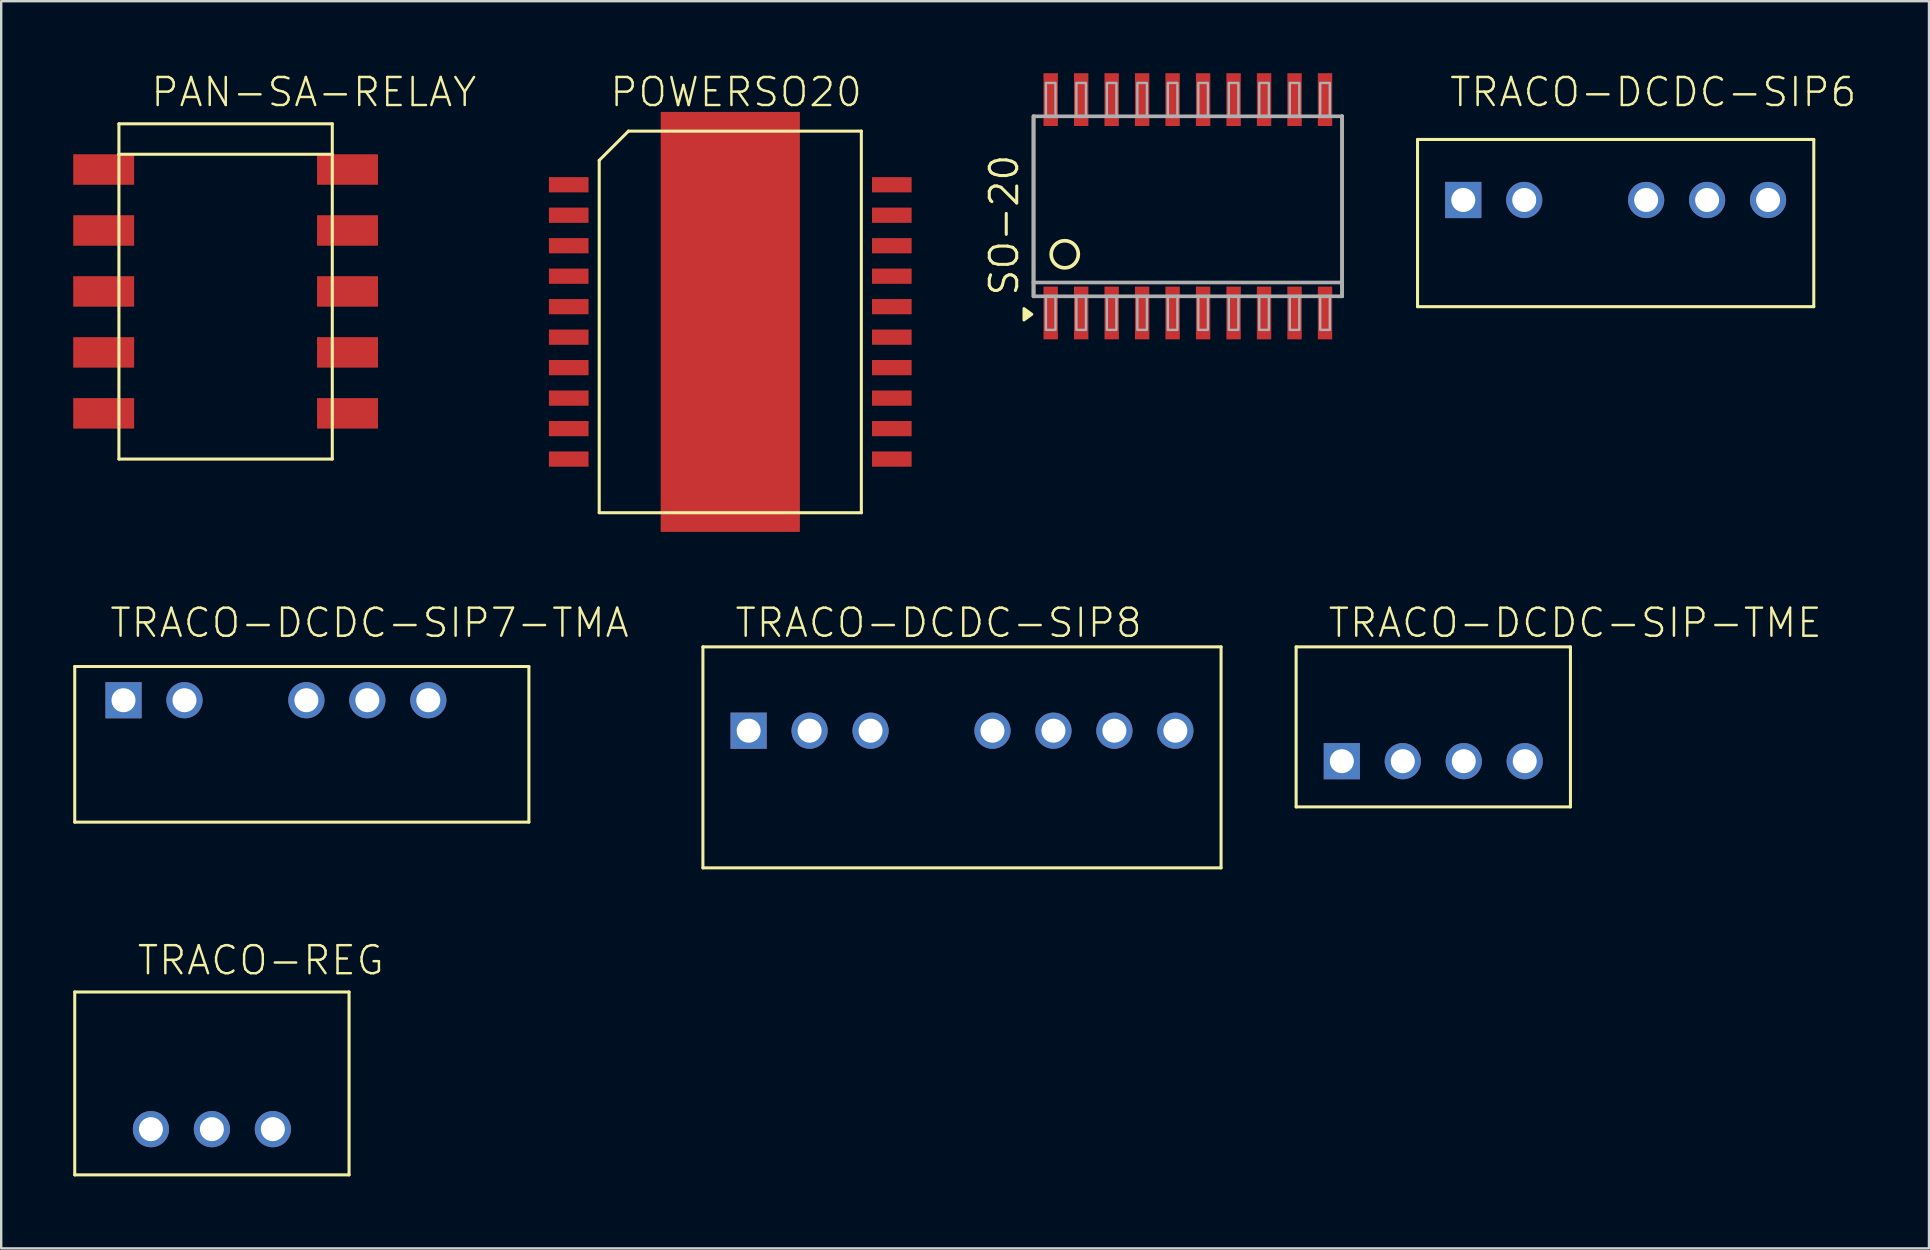
<source format=kicad_pcb>
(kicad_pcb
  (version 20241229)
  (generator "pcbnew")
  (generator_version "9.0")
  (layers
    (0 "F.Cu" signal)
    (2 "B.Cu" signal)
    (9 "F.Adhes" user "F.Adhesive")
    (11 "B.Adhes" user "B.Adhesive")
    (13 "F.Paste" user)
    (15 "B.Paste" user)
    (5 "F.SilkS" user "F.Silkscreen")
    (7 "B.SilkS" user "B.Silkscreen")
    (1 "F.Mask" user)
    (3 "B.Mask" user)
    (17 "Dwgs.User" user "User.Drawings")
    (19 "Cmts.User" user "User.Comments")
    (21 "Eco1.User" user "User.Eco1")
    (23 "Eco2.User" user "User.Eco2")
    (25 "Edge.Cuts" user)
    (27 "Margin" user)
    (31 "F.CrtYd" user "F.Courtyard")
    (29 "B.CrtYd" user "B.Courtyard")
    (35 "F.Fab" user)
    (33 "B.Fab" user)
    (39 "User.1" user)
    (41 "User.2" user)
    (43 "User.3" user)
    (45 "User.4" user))
  (footprint "TRACO-DCDC-SIP-TME"
    (layer "F.Cu")
    (at 61.75 27.396)
    (property "Reference" "TRACO-DCDC-SIP-TME" (at -9.525 -3.81 0) (layer "F.SilkS") (effects (font (size 1.168 1.168) (thickness 0.102)) (justify left bottom)))
    (fp_line (start -10.795 -3.493) (end -10.795 3.175) (stroke (width 0.127) (type solid)) (layer "F.SilkS"))
    (fp_line (start -10.795 3.175) (end 0.635 3.175) (stroke (width 0.127) (type solid)) (layer "F.SilkS"))
    (fp_line (start 0.635 -3.493) (end -10.795 -3.493) (stroke (width 0.127) (type solid)) (layer "F.SilkS"))
    (fp_line (start 0.635 3.175) (end 0.635 -3.493) (stroke (width 0.127) (type solid)) (layer "F.SilkS"))
    (pad "P$1" thru_hole rect (at -8.89 1.27) (size 1.508 1.508) (drill 1) (layers "*.Cu" "*.Mask"))
    (pad "P$2" thru_hole circle (at -6.35 1.27) (size 1.508 1.508) (drill 1) (layers "*.Cu" "*.Mask"))
    (pad "P$3" thru_hole circle (at -3.81 1.27) (size 1.508 1.508) (drill 1) (layers "*.Cu" "*.Mask"))
    (pad "P$4" thru_hole circle (at -1.27 1.27) (size 1.508 1.508) (drill 1) (layers "*.Cu" "*.Mask")))
  (footprint "POWERSO20"
    (layer "F.Cu")
    (at 27.378 10.363)
    (property "Reference" "POWERSO20" (at -5.08 -8.89 0) (layer "F.SilkS") (effects (font (size 1.168 1.168) (thickness 0.102)) (justify left bottom)))
    (fp_line (start -5.461 -6.731) (end -5.461 7.95) (stroke (width 0.127) (type solid)) (layer "F.SilkS"))
    (fp_line (start -5.461 -6.731) (end -4.242 -7.95) (stroke (width 0.127) (type solid)) (layer "F.SilkS"))
    (fp_line (start -5.461 7.95) (end 5.461 7.95) (stroke (width 0.127) (type solid)) (layer "F.SilkS"))
    (fp_line (start 5.461 -7.95) (end -4.242 -7.95) (stroke (width 0.127) (type solid)) (layer "F.SilkS"))
    (fp_line (start 5.461 -7.95) (end 5.461 7.95) (stroke (width 0.127) (type solid)) (layer "F.SilkS"))
    (pad "1" smd rect (at -6.731 -5.715) (size 1.651 0.635) (layers "F.Cu" "F.Mask" "F.Paste"))
    (pad "2" smd rect (at -6.731 -4.445) (size 1.651 0.635) (layers "F.Cu" "F.Mask" "F.Paste"))
    (pad "3" smd rect (at -6.731 -3.175) (size 1.651 0.635) (layers "F.Cu" "F.Mask" "F.Paste"))
    (pad "4" smd rect (at -6.731 -1.905) (size 1.651 0.635) (layers "F.Cu" "F.Mask" "F.Paste"))
    (pad "5" smd rect (at -6.731 -0.635) (size 1.651 0.635) (layers "F.Cu" "F.Mask" "F.Paste"))
    (pad "6" smd rect (at -6.731 0.635) (size 1.651 0.635) (layers "F.Cu" "F.Mask" "F.Paste"))
    (pad "7" smd rect (at -6.731 1.905) (size 1.651 0.635) (layers "F.Cu" "F.Mask" "F.Paste"))
    (pad "8" smd rect (at -6.731 3.175) (size 1.651 0.635) (layers "F.Cu" "F.Mask" "F.Paste"))
    (pad "9" smd rect (at -6.731 4.445) (size 1.651 0.635) (layers "F.Cu" "F.Mask" "F.Paste"))
    (pad "10" smd rect (at -6.731 5.715) (size 1.651 0.635) (layers "F.Cu" "F.Mask" "F.Paste"))
    (pad "11" smd rect (at 6.731 5.715) (size 1.651 0.635) (layers "F.Cu" "F.Mask" "F.Paste"))
    (pad "12" smd rect (at 6.731 4.445) (size 1.651 0.635) (layers "F.Cu" "F.Mask" "F.Paste"))
    (pad "13" smd rect (at 6.731 3.175) (size 1.651 0.635) (layers "F.Cu" "F.Mask" "F.Paste"))
    (pad "14" smd rect (at 6.731 1.905) (size 1.651 0.635) (layers "F.Cu" "F.Mask" "F.Paste"))
    (pad "15" smd rect (at 6.731 0.635) (size 1.651 0.635) (layers "F.Cu" "F.Mask" "F.Paste"))
    (pad "16" smd rect (at 6.731 -0.635) (size 1.651 0.635) (layers "F.Cu" "F.Mask" "F.Paste"))
    (pad "17" smd rect (at 6.731 -1.905) (size 1.651 0.635) (layers "F.Cu" "F.Mask" "F.Paste"))
    (pad "18" smd rect (at 6.731 -3.175) (size 1.651 0.635) (layers "F.Cu" "F.Mask" "F.Paste"))
    (pad "19" smd rect (at 6.731 -4.445) (size 1.651 0.635) (layers "F.Cu" "F.Mask" "F.Paste"))
    (pad "20" smd rect (at 6.731 -5.715) (size 1.651 0.635) (layers "F.Cu" "F.Mask" "F.Paste"))
    (pad "P$1" smd rect (at 0 0) (size 5.8 17.5) (layers "F.Cu" "F.Mask" "F.Paste")))
  (footprint "TRACO-REG"
    (layer "F.Cu")
    (at 5.779 43.998)
    (property "Reference" "TRACO-REG" (at -3.175 -6.35 0) (layer "F.SilkS") (effects (font (size 1.168 1.168) (thickness 0.102)) (justify left bottom)))
    (fp_line (start -5.715 -5.715) (end -5.715 1.905) (stroke (width 0.127) (type solid)) (layer "F.SilkS"))
    (fp_line (start -5.715 1.905) (end 5.715 1.905) (stroke (width 0.127) (type solid)) (layer "F.SilkS"))
    (fp_line (start 5.715 -5.715) (end -5.715 -5.715) (stroke (width 0.127) (type solid)) (layer "F.SilkS"))
    (fp_line (start 5.715 1.905) (end 5.715 -5.715) (stroke (width 0.127) (type solid)) (layer "F.SilkS"))
    (pad "P$1" thru_hole circle (at -2.54 0) (size 1.508 1.508) (drill 1) (layers "*.Cu" "*.Mask"))
    (pad "P$2" thru_hole circle (at 0 0) (size 1.508 1.508) (drill 1) (layers "*.Cu" "*.Mask"))
    (pad "P$3" thru_hole circle (at 2.54 0) (size 1.508 1.508) (drill 1) (layers "*.Cu" "*.Mask")))
  (footprint "PAN-SA-RELAY"
    (layer "F.Cu")
    (at 6.35 9.093)
    (property "Reference" "PAN-SA-RELAY" (at -3.175 -7.62 0) (layer "F.SilkS") (effects (font (size 1.168 1.168) (thickness 0.102)) (justify left bottom)))
    (fp_line (start -4.445 -6.985) (end -4.445 -5.715) (stroke (width 0.127) (type solid)) (layer "F.SilkS"))
    (fp_line (start -4.445 -5.715) (end -4.445 6.985) (stroke (width 0.127) (type solid)) (layer "F.SilkS"))
    (fp_line (start -4.445 -5.715) (end 4.445 -5.715) (stroke (width 0.127) (type solid)) (layer "F.SilkS"))
    (fp_line (start -4.445 6.985) (end 4.445 6.985) (stroke (width 0.127) (type solid)) (layer "F.SilkS"))
    (fp_line (start 4.445 -6.985) (end -4.445 -6.985) (stroke (width 0.127) (type solid)) (layer "F.SilkS"))
    (fp_line (start 4.445 -5.715) (end 4.445 -6.985) (stroke (width 0.127) (type solid)) (layer "F.SilkS"))
    (fp_line (start 4.445 6.985) (end 4.445 -5.715) (stroke (width 0.127) (type solid)) (layer "F.SilkS"))
    (pad "1" smd rect (at -5.08 -5.08) (size 2.54 1.27) (layers "F.Cu" "F.Mask" "F.Paste"))
    (pad "2" smd rect (at -5.08 -2.54) (size 2.54 1.27) (layers "F.Cu" "F.Mask" "F.Paste"))
    (pad "3" smd rect (at -5.08 0) (size 2.54 1.27) (layers "F.Cu" "F.Mask" "F.Paste"))
    (pad "4" smd rect (at -5.08 2.54) (size 2.54 1.27) (layers "F.Cu" "F.Mask" "F.Paste"))
    (pad "5" smd rect (at -5.08 5.08) (size 2.54 1.27) (layers "F.Cu" "F.Mask" "F.Paste"))
    (pad "6" smd rect (at 5.08 5.08) (size 2.54 1.27) (layers "F.Cu" "F.Mask" "F.Paste"))
    (pad "7" smd rect (at 5.08 2.54) (size 2.54 1.27) (layers "F.Cu" "F.Mask" "F.Paste"))
    (pad "8" smd rect (at 5.08 0) (size 2.54 1.27) (layers "F.Cu" "F.Mask" "F.Paste"))
    (pad "9" smd rect (at 5.08 -2.54) (size 2.54 1.27) (layers "F.Cu" "F.Mask" "F.Paste"))
    (pad "10" smd rect (at 5.08 -5.08) (size 2.54 1.27) (layers "F.Cu" "F.Mask" "F.Paste")))
  (footprint "SO-20"
    (layer "F.Cu")
    (at 46.444 5.545)
    (property "Reference" "SO-20" (at -6.985 3.81 90) (layer "F.SilkS") (effects (font (size 1.143 1.143) (thickness 0.127)) (justify left bottom)))
    (fp_line (start -6.43 -3.75) (end -6.43 3.75) (stroke (width 0.152) (type solid)) (layer "F.SilkS"))
    (fp_line (start 6.43 -3.75) (end 6.43 3.75) (stroke (width 0.152) (type solid)) (layer "F.SilkS"))
    (fp_circle (center -5.13 2) (end -4.564 2) (stroke (width 0.152) (type solid)) (fill no) (layer "F.SilkS"))
    (fp_poly (pts (xy -6.5 4.5) (xy -6.83 4.74) (xy -6.83 4.26) (xy -6.5 4.5)) (stroke (width 0.12) (type solid)) (fill yes) (layer "F.SilkS"))
    (fp_line (start -6.43 -3.75) (end -6.43 3.175) (stroke (width 0.152) (type solid)) (layer "F.Fab"))
    (fp_line (start -6.43 -3.75) (end 6.43 -3.75) (stroke (width 0.152) (type solid)) (layer "F.Fab"))
    (fp_line (start -6.43 3.175) (end -6.43 3.75) (stroke (width 0.152) (type solid)) (layer "F.Fab"))
    (fp_line (start -6.43 3.175) (end 6.43 3.175) (stroke (width 0.152) (type solid)) (layer "F.Fab"))
    (fp_line (start -6.43 3.75) (end 6.43 3.75) (stroke (width 0.152) (type solid)) (layer "F.Fab"))
    (fp_line (start 6.43 -3.75) (end 6.43 3.175) (stroke (width 0.152) (type solid)) (layer "F.Fab"))
    (fp_line (start 6.43 3.175) (end 6.43 3.75) (stroke (width 0.152) (type solid)) (layer "F.Fab"))
    (fp_poly (pts (xy -5.915 -3.74) (xy -5.515 -3.74) (xy -5.515 -5.14) (xy -5.915 -5.14)) (stroke (width 0.1) (type default)) (fill no) (layer "F.Fab"))
    (fp_poly (pts (xy -5.915 5.15) (xy -5.515 5.15) (xy -5.515 3.75) (xy -5.915 3.75)) (stroke (width 0.1) (type default)) (fill no) (layer "F.Fab"))
    (fp_poly (pts (xy -4.645 -3.74) (xy -4.245 -3.74) (xy -4.245 -5.14) (xy -4.645 -5.14)) (stroke (width 0.1) (type default)) (fill no) (layer "F.Fab"))
    (fp_poly (pts (xy -4.645 5.15) (xy -4.245 5.15) (xy -4.245 3.75) (xy -4.645 3.75)) (stroke (width 0.1) (type default)) (fill no) (layer "F.Fab"))
    (fp_poly (pts (xy -3.375 -3.74) (xy -2.975 -3.74) (xy -2.975 -5.14) (xy -3.375 -5.14)) (stroke (width 0.1) (type default)) (fill no) (layer "F.Fab"))
    (fp_poly (pts (xy -3.375 5.15) (xy -2.975 5.15) (xy -2.975 3.75) (xy -3.375 3.75)) (stroke (width 0.1) (type default)) (fill no) (layer "F.Fab"))
    (fp_poly (pts (xy -2.105 -3.74) (xy -1.705 -3.74) (xy -1.705 -5.14) (xy -2.105 -5.14)) (stroke (width 0.1) (type default)) (fill no) (layer "F.Fab"))
    (fp_poly (pts (xy -2.105 5.15) (xy -1.705 5.15) (xy -1.705 3.75) (xy -2.105 3.75)) (stroke (width 0.1) (type default)) (fill no) (layer "F.Fab"))
    (fp_poly (pts (xy -0.835 -3.74) (xy -0.435 -3.74) (xy -0.435 -5.14) (xy -0.835 -5.14)) (stroke (width 0.1) (type default)) (fill no) (layer "F.Fab"))
    (fp_poly (pts (xy -0.835 5.15) (xy -0.435 5.15) (xy -0.435 3.75) (xy -0.835 3.75)) (stroke (width 0.1) (type default)) (fill no) (layer "F.Fab"))
    (fp_poly (pts (xy 0.435 -3.74) (xy 0.835 -3.74) (xy 0.835 -5.14) (xy 0.435 -5.14)) (stroke (width 0.1) (type default)) (fill no) (layer "F.Fab"))
    (fp_poly (pts (xy 0.435 5.15) (xy 0.835 5.15) (xy 0.835 3.75) (xy 0.435 3.75)) (stroke (width 0.1) (type default)) (fill no) (layer "F.Fab"))
    (fp_poly (pts (xy 1.705 -3.74) (xy 2.105 -3.74) (xy 2.105 -5.14) (xy 1.705 -5.14)) (stroke (width 0.1) (type default)) (fill no) (layer "F.Fab"))
    (fp_poly (pts (xy 1.705 5.15) (xy 2.105 5.15) (xy 2.105 3.75) (xy 1.705 3.75)) (stroke (width 0.1) (type default)) (fill no) (layer "F.Fab"))
    (fp_poly (pts (xy 2.975 -3.74) (xy 3.375 -3.74) (xy 3.375 -5.14) (xy 2.975 -5.14)) (stroke (width 0.1) (type default)) (fill no) (layer "F.Fab"))
    (fp_poly (pts (xy 2.975 5.15) (xy 3.375 5.15) (xy 3.375 3.75) (xy 2.975 3.75)) (stroke (width 0.1) (type default)) (fill no) (layer "F.Fab"))
    (fp_poly (pts (xy 4.245 -3.74) (xy 4.645 -3.74) (xy 4.645 -5.14) (xy 4.245 -5.14)) (stroke (width 0.1) (type default)) (fill no) (layer "F.Fab"))
    (fp_poly (pts (xy 4.245 5.15) (xy 4.645 5.15) (xy 4.645 3.75) (xy 4.245 3.75)) (stroke (width 0.1) (type default)) (fill no) (layer "F.Fab"))
    (fp_poly (pts (xy 5.515 -3.74) (xy 5.915 -3.74) (xy 5.915 -5.14) (xy 5.515 -5.14)) (stroke (width 0.1) (type default)) (fill no) (layer "F.Fab"))
    (fp_poly (pts (xy 5.515 5.15) (xy 5.915 5.15) (xy 5.915 3.75) (xy 5.515 3.75)) (stroke (width 0.1) (type default)) (fill no) (layer "F.Fab"))
    (pad "1" smd rect (at -5.715 4.445 90) (size 2.2 0.6) (layers "F.Cu" "F.Mask" "F.Paste"))
    (pad "2" smd rect (at -4.445 4.445 90) (size 2.2 0.6) (layers "F.Cu" "F.Mask" "F.Paste"))
    (pad "3" smd rect (at -3.175 4.445 90) (size 2.2 0.6) (layers "F.Cu" "F.Mask" "F.Paste"))
    (pad "4" smd rect (at -1.905 4.445 90) (size 2.2 0.6) (layers "F.Cu" "F.Mask" "F.Paste"))
    (pad "5" smd rect (at -0.635 4.445 90) (size 2.2 0.6) (layers "F.Cu" "F.Mask" "F.Paste"))
    (pad "6" smd rect (at 0.635 4.445 90) (size 2.2 0.6) (layers "F.Cu" "F.Mask" "F.Paste"))
    (pad "7" smd rect (at 1.905 4.445 90) (size 2.2 0.6) (layers "F.Cu" "F.Mask" "F.Paste"))
    (pad "8" smd rect (at 3.175 4.445 90) (size 2.2 0.6) (layers "F.Cu" "F.Mask" "F.Paste"))
    (pad "9" smd rect (at 4.445 4.445 90) (size 2.2 0.6) (layers "F.Cu" "F.Mask" "F.Paste"))
    (pad "10" smd rect (at 5.715 4.445 90) (size 2.2 0.6) (layers "F.Cu" "F.Mask" "F.Paste"))
    (pad "11" smd rect (at 5.715 -4.445 270) (size 2.2 0.6) (layers "F.Cu" "F.Mask" "F.Paste"))
    (pad "12" smd rect (at 4.445 -4.445 270) (size 2.2 0.6) (layers "F.Cu" "F.Mask" "F.Paste"))
    (pad "13" smd rect (at 3.175 -4.445 90) (size 2.2 0.6) (layers "F.Cu" "F.Mask" "F.Paste"))
    (pad "14" smd rect (at 1.905 -4.445 90) (size 2.2 0.6) (layers "F.Cu" "F.Mask" "F.Paste"))
    (pad "15" smd rect (at 0.635 -4.445 90) (size 2.2 0.6) (layers "F.Cu" "F.Mask" "F.Paste"))
    (pad "16" smd rect (at -0.635 -4.445 90) (size 2.2 0.6) (layers "F.Cu" "F.Mask" "F.Paste"))
    (pad "17" smd rect (at -1.905 -4.445 90) (size 2.2 0.6) (layers "F.Cu" "F.Mask" "F.Paste"))
    (pad "18" smd rect (at -3.175 -4.445 90) (size 2.2 0.6) (layers "F.Cu" "F.Mask" "F.Paste"))
    (pad "19" smd rect (at -4.445 -4.445 90) (size 2.2 0.6) (layers "F.Cu" "F.Mask" "F.Paste"))
    (pad "20" smd rect (at -5.715 -4.445 90) (size 2.2 0.6) (layers "F.Cu" "F.Mask" "F.Paste")))
  (footprint "TRACO-DCDC-SIP8"
    (layer "F.Cu")
    (at 37.033 28.666)
    (property "Reference" "TRACO-DCDC-SIP8" (at -9.525 -5.08 0) (layer "F.SilkS") (effects (font (size 1.168 1.168) (thickness 0.102)) (justify left bottom)))
    (fp_line (start -10.795 -4.763) (end -10.795 4.445) (stroke (width 0.127) (type solid)) (layer "F.SilkS"))
    (fp_line (start -10.795 4.445) (end 10.795 4.445) (stroke (width 0.127) (type solid)) (layer "F.SilkS"))
    (fp_line (start 10.795 -4.763) (end -10.795 -4.763) (stroke (width 0.127) (type solid)) (layer "F.SilkS"))
    (fp_line (start 10.795 4.445) (end 10.795 -4.763) (stroke (width 0.127) (type solid)) (layer "F.SilkS"))
    (pad "P$1" thru_hole rect (at -8.89 -1.27) (size 1.508 1.508) (drill 1) (layers "*.Cu" "*.Mask"))
    (pad "P$2" thru_hole circle (at -6.35 -1.27) (size 1.508 1.508) (drill 1) (layers "*.Cu" "*.Mask"))
    (pad "P$3" thru_hole circle (at -3.81 -1.27) (size 1.508 1.508) (drill 1) (layers "*.Cu" "*.Mask"))
    (pad "P$4" thru_hole circle (at 1.27 -1.27) (size 1.508 1.508) (drill 1) (layers "*.Cu" "*.Mask"))
    (pad "P$5" thru_hole circle (at 3.81 -1.27) (size 1.508 1.508) (drill 1) (layers "*.Cu" "*.Mask"))
    (pad "P$6" thru_hole circle (at 6.35 -1.27) (size 1.508 1.508) (drill 1) (layers "*.Cu" "*.Mask"))
    (pad "P$7" thru_hole circle (at 8.89 -1.27) (size 1.508 1.508) (drill 1) (layers "*.Cu" "*.Mask")))
  (footprint "TRACO-DCDC-SIP7-TMA"
    (layer "F.Cu")
    (at 10.986 27.396)
    (property "Reference" "TRACO-DCDC-SIP7-TMA" (at -9.525 -3.81 0) (layer "F.SilkS") (effects (font (size 1.168 1.168) (thickness 0.102)) (justify left bottom)))
    (fp_line (start -10.922 -2.675) (end -10.922 3.81) (stroke (width 0.127) (type solid)) (layer "F.SilkS"))
    (fp_line (start -10.922 3.81) (end 8.001 3.81) (stroke (width 0.127) (type solid)) (layer "F.SilkS"))
    (fp_line (start 8.001 -2.675) (end -10.922 -2.675) (stroke (width 0.127) (type solid)) (layer "F.SilkS"))
    (fp_line (start 8.001 3.81) (end 8.001 -2.675) (stroke (width 0.127) (type solid)) (layer "F.SilkS"))
    (pad "P$1" thru_hole rect (at -8.89 -1.27) (size 1.508 1.508) (drill 1) (layers "*.Cu" "*.Mask"))
    (pad "P$2" thru_hole circle (at -6.35 -1.27) (size 1.508 1.508) (drill 1) (layers "*.Cu" "*.Mask"))
    (pad "P$3" thru_hole circle (at -1.27 -1.27) (size 1.508 1.508) (drill 1) (layers "*.Cu" "*.Mask"))
    (pad "P$4" thru_hole circle (at 1.27 -1.27) (size 1.508 1.508) (drill 1) (layers "*.Cu" "*.Mask"))
    (pad "P$5" thru_hole circle (at 3.81 -1.27) (size 1.508 1.508) (drill 1) (layers "*.Cu" "*.Mask")))
  (footprint "TRACO-DCDC-SIP6"
    (layer "F.Cu")
    (at 66.809 6.553)
    (property "Reference" "TRACO-DCDC-SIP6" (at -9.525 -5.08 0) (layer "F.SilkS") (effects (font (size 1.168 1.168) (thickness 0.102)) (justify left bottom)))
    (fp_line (start -10.795 -3.792) (end -10.795 3.175) (stroke (width 0.127) (type solid)) (layer "F.SilkS"))
    (fp_line (start -10.795 3.175) (end 5.715 3.175) (stroke (width 0.127) (type solid)) (layer "F.SilkS"))
    (fp_line (start 5.715 -3.792) (end -10.795 -3.792) (stroke (width 0.127) (type solid)) (layer "F.SilkS"))
    (fp_line (start 5.715 3.175) (end 5.715 -3.792) (stroke (width 0.127) (type solid)) (layer "F.SilkS"))
    (pad "P$1" thru_hole rect (at -8.89 -1.27) (size 1.508 1.508) (drill 1) (layers "*.Cu" "*.Mask"))
    (pad "P$2" thru_hole circle (at -6.35 -1.27) (size 1.508 1.508) (drill 1) (layers "*.Cu" "*.Mask"))
    (pad "P$3" thru_hole circle (at -1.27 -1.27) (size 1.508 1.508) (drill 1) (layers "*.Cu" "*.Mask"))
    (pad "P$4" thru_hole circle (at 1.27 -1.27) (size 1.508 1.508) (drill 1) (layers "*.Cu" "*.Mask"))
    (pad "P$5" thru_hole circle (at 3.81 -1.27) (size 1.508 1.508) (drill 1) (layers "*.Cu" "*.Mask")))
  (gr_rect
    (start -3 -3)
    (end 77.324 48.967)
    (stroke (width 0.1) (type default))
    (fill no)
    (layer "Edge.Cuts")))
</source>
